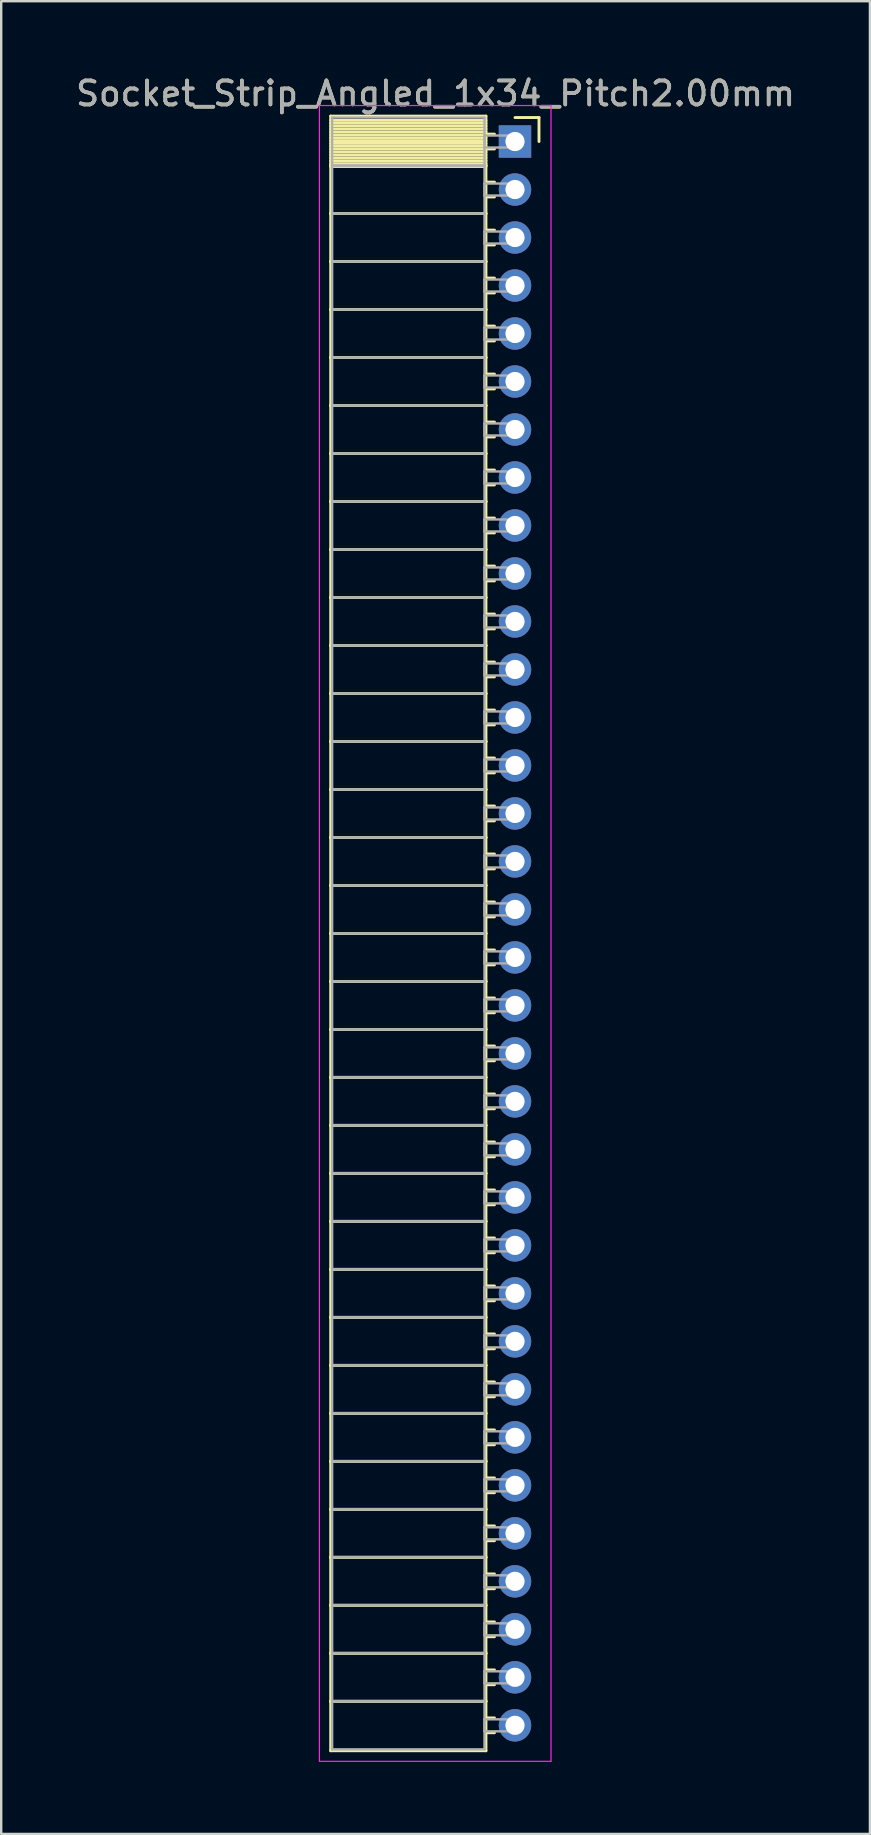
<source format=kicad_pcb>
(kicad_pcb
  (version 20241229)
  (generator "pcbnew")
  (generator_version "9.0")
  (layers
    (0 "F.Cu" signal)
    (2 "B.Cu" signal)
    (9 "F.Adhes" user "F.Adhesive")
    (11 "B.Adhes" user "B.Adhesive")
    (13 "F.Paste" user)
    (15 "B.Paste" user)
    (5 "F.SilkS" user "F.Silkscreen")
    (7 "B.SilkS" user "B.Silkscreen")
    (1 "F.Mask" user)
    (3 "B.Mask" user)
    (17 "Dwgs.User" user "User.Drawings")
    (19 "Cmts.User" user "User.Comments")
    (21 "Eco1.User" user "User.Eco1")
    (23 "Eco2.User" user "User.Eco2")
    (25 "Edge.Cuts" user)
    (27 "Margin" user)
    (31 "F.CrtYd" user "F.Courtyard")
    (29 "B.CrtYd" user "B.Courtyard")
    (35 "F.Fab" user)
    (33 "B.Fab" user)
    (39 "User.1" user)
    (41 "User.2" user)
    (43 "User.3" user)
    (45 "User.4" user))
  (footprint "Socket_Strip_Angled_1x34_Pitch2.00mm"
    (layer "F.Cu")
    (at 18.411 2.848)
    (property "Reference" "Socket_Strip_Angled_1x34_Pitch2.00mm" (at -3.31 -2 0) (layer "F.SilkS") (effects (font (size 1 1) (thickness 0.15))))
    (attr through_hole)
    (fp_line (start -7.68 -1.06) (end -1.21 -1.06) (stroke (width 0.12) (type solid)) (layer "F.SilkS"))
    (fp_line (start -7.68 1) (end -7.68 -1.06) (stroke (width 0.12) (type solid)) (layer "F.SilkS"))
    (fp_line (start -7.68 1) (end -1.21 1) (stroke (width 0.12) (type solid)) (layer "F.SilkS"))
    (fp_line (start -7.68 3) (end -7.68 1) (stroke (width 0.12) (type solid)) (layer "F.SilkS"))
    (fp_line (start -7.68 3) (end -1.21 3) (stroke (width 0.12) (type solid)) (layer "F.SilkS"))
    (fp_line (start -7.68 5) (end -7.68 3) (stroke (width 0.12) (type solid)) (layer "F.SilkS"))
    (fp_line (start -7.68 5) (end -1.21 5) (stroke (width 0.12) (type solid)) (layer "F.SilkS"))
    (fp_line (start -7.68 7) (end -7.68 5) (stroke (width 0.12) (type solid)) (layer "F.SilkS"))
    (fp_line (start -7.68 7) (end -1.21 7) (stroke (width 0.12) (type solid)) (layer "F.SilkS"))
    (fp_line (start -7.68 9) (end -7.68 7) (stroke (width 0.12) (type solid)) (layer "F.SilkS"))
    (fp_line (start -7.68 9) (end -1.21 9) (stroke (width 0.12) (type solid)) (layer "F.SilkS"))
    (fp_line (start -7.68 11) (end -7.68 9) (stroke (width 0.12) (type solid)) (layer "F.SilkS"))
    (fp_line (start -7.68 11) (end -1.21 11) (stroke (width 0.12) (type solid)) (layer "F.SilkS"))
    (fp_line (start -7.68 13) (end -7.68 11) (stroke (width 0.12) (type solid)) (layer "F.SilkS"))
    (fp_line (start -7.68 13) (end -1.21 13) (stroke (width 0.12) (type solid)) (layer "F.SilkS"))
    (fp_line (start -7.68 15) (end -7.68 13) (stroke (width 0.12) (type solid)) (layer "F.SilkS"))
    (fp_line (start -7.68 15) (end -1.21 15) (stroke (width 0.12) (type solid)) (layer "F.SilkS"))
    (fp_line (start -7.68 17) (end -7.68 15) (stroke (width 0.12) (type solid)) (layer "F.SilkS"))
    (fp_line (start -7.68 17) (end -1.21 17) (stroke (width 0.12) (type solid)) (layer "F.SilkS"))
    (fp_line (start -7.68 19) (end -7.68 17) (stroke (width 0.12) (type solid)) (layer "F.SilkS"))
    (fp_line (start -7.68 19) (end -1.21 19) (stroke (width 0.12) (type solid)) (layer "F.SilkS"))
    (fp_line (start -7.68 21) (end -7.68 19) (stroke (width 0.12) (type solid)) (layer "F.SilkS"))
    (fp_line (start -7.68 21) (end -1.21 21) (stroke (width 0.12) (type solid)) (layer "F.SilkS"))
    (fp_line (start -7.68 23) (end -7.68 21) (stroke (width 0.12) (type solid)) (layer "F.SilkS"))
    (fp_line (start -7.68 23) (end -1.21 23) (stroke (width 0.12) (type solid)) (layer "F.SilkS"))
    (fp_line (start -7.68 25) (end -7.68 23) (stroke (width 0.12) (type solid)) (layer "F.SilkS"))
    (fp_line (start -7.68 25) (end -1.21 25) (stroke (width 0.12) (type solid)) (layer "F.SilkS"))
    (fp_line (start -7.68 27) (end -7.68 25) (stroke (width 0.12) (type solid)) (layer "F.SilkS"))
    (fp_line (start -7.68 27) (end -1.21 27) (stroke (width 0.12) (type solid)) (layer "F.SilkS"))
    (fp_line (start -7.68 29) (end -7.68 27) (stroke (width 0.12) (type solid)) (layer "F.SilkS"))
    (fp_line (start -7.68 29) (end -1.21 29) (stroke (width 0.12) (type solid)) (layer "F.SilkS"))
    (fp_line (start -7.68 31) (end -7.68 29) (stroke (width 0.12) (type solid)) (layer "F.SilkS"))
    (fp_line (start -7.68 31) (end -1.21 31) (stroke (width 0.12) (type solid)) (layer "F.SilkS"))
    (fp_line (start -7.68 33) (end -7.68 31) (stroke (width 0.12) (type solid)) (layer "F.SilkS"))
    (fp_line (start -7.68 33) (end -1.21 33) (stroke (width 0.12) (type solid)) (layer "F.SilkS"))
    (fp_line (start -7.68 35) (end -7.68 33) (stroke (width 0.12) (type solid)) (layer "F.SilkS"))
    (fp_line (start -7.68 35) (end -1.21 35) (stroke (width 0.12) (type solid)) (layer "F.SilkS"))
    (fp_line (start -7.68 37) (end -7.68 35) (stroke (width 0.12) (type solid)) (layer "F.SilkS"))
    (fp_line (start -7.68 37) (end -1.21 37) (stroke (width 0.12) (type solid)) (layer "F.SilkS"))
    (fp_line (start -7.68 39) (end -7.68 37) (stroke (width 0.12) (type solid)) (layer "F.SilkS"))
    (fp_line (start -7.68 39) (end -1.21 39) (stroke (width 0.12) (type solid)) (layer "F.SilkS"))
    (fp_line (start -7.68 41) (end -7.68 39) (stroke (width 0.12) (type solid)) (layer "F.SilkS"))
    (fp_line (start -7.68 41) (end -1.21 41) (stroke (width 0.12) (type solid)) (layer "F.SilkS"))
    (fp_line (start -7.68 43) (end -7.68 41) (stroke (width 0.12) (type solid)) (layer "F.SilkS"))
    (fp_line (start -7.68 43) (end -1.21 43) (stroke (width 0.12) (type solid)) (layer "F.SilkS"))
    (fp_line (start -7.68 45) (end -7.68 43) (stroke (width 0.12) (type solid)) (layer "F.SilkS"))
    (fp_line (start -7.68 45) (end -1.21 45) (stroke (width 0.12) (type solid)) (layer "F.SilkS"))
    (fp_line (start -7.68 47) (end -7.68 45) (stroke (width 0.12) (type solid)) (layer "F.SilkS"))
    (fp_line (start -7.68 47) (end -1.21 47) (stroke (width 0.12) (type solid)) (layer "F.SilkS"))
    (fp_line (start -7.68 49) (end -7.68 47) (stroke (width 0.12) (type solid)) (layer "F.SilkS"))
    (fp_line (start -7.68 49) (end -1.21 49) (stroke (width 0.12) (type solid)) (layer "F.SilkS"))
    (fp_line (start -7.68 51) (end -7.68 49) (stroke (width 0.12) (type solid)) (layer "F.SilkS"))
    (fp_line (start -7.68 51) (end -1.21 51) (stroke (width 0.12) (type solid)) (layer "F.SilkS"))
    (fp_line (start -7.68 53) (end -7.68 51) (stroke (width 0.12) (type solid)) (layer "F.SilkS"))
    (fp_line (start -7.68 53) (end -1.21 53) (stroke (width 0.12) (type solid)) (layer "F.SilkS"))
    (fp_line (start -7.68 55) (end -7.68 53) (stroke (width 0.12) (type solid)) (layer "F.SilkS"))
    (fp_line (start -7.68 55) (end -1.21 55) (stroke (width 0.12) (type solid)) (layer "F.SilkS"))
    (fp_line (start -7.68 57) (end -7.68 55) (stroke (width 0.12) (type solid)) (layer "F.SilkS"))
    (fp_line (start -7.68 57) (end -1.21 57) (stroke (width 0.12) (type solid)) (layer "F.SilkS"))
    (fp_line (start -7.68 59) (end -7.68 57) (stroke (width 0.12) (type solid)) (layer "F.SilkS"))
    (fp_line (start -7.68 59) (end -1.21 59) (stroke (width 0.12) (type solid)) (layer "F.SilkS"))
    (fp_line (start -7.68 61) (end -7.68 59) (stroke (width 0.12) (type solid)) (layer "F.SilkS"))
    (fp_line (start -7.68 61) (end -1.21 61) (stroke (width 0.12) (type solid)) (layer "F.SilkS"))
    (fp_line (start -7.68 63) (end -7.68 61) (stroke (width 0.12) (type solid)) (layer "F.SilkS"))
    (fp_line (start -7.68 63) (end -1.21 63) (stroke (width 0.12) (type solid)) (layer "F.SilkS"))
    (fp_line (start -7.68 65) (end -7.68 63) (stroke (width 0.12) (type solid)) (layer "F.SilkS"))
    (fp_line (start -7.68 65) (end -1.21 65) (stroke (width 0.12) (type solid)) (layer "F.SilkS"))
    (fp_line (start -7.68 67.06) (end -7.68 65) (stroke (width 0.12) (type solid)) (layer "F.SilkS"))
    (fp_line (start -1.21 -1.06) (end -1.21 1) (stroke (width 0.12) (type solid)) (layer "F.SilkS"))
    (fp_line (start -1.21 -0.88) (end -7.68 -0.88) (stroke (width 0.12) (type solid)) (layer "F.SilkS"))
    (fp_line (start -1.21 -0.76) (end -7.68 -0.76) (stroke (width 0.12) (type solid)) (layer "F.SilkS"))
    (fp_line (start -1.21 -0.64) (end -7.68 -0.64) (stroke (width 0.12) (type solid)) (layer "F.SilkS"))
    (fp_line (start -1.21 -0.52) (end -7.68 -0.52) (stroke (width 0.12) (type solid)) (layer "F.SilkS"))
    (fp_line (start -1.21 -0.4) (end -7.68 -0.4) (stroke (width 0.12) (type solid)) (layer "F.SilkS"))
    (fp_line (start -1.21 -0.28) (end -7.68 -0.28) (stroke (width 0.12) (type solid)) (layer "F.SilkS"))
    (fp_line (start -1.21 -0.16) (end -7.68 -0.16) (stroke (width 0.12) (type solid)) (layer "F.SilkS"))
    (fp_line (start -1.21 -0.04) (end -7.68 -0.04) (stroke (width 0.12) (type solid)) (layer "F.SilkS"))
    (fp_line (start -1.21 0.08) (end -7.68 0.08) (stroke (width 0.12) (type solid)) (layer "F.SilkS"))
    (fp_line (start -1.21 0.2) (end -7.68 0.2) (stroke (width 0.12) (type solid)) (layer "F.SilkS"))
    (fp_line (start -1.21 0.32) (end -7.68 0.32) (stroke (width 0.12) (type solid)) (layer "F.SilkS"))
    (fp_line (start -1.21 0.44) (end -7.68 0.44) (stroke (width 0.12) (type solid)) (layer "F.SilkS"))
    (fp_line (start -1.21 0.56) (end -7.68 0.56) (stroke (width 0.12) (type solid)) (layer "F.SilkS"))
    (fp_line (start -1.21 0.68) (end -7.68 0.68) (stroke (width 0.12) (type solid)) (layer "F.SilkS"))
    (fp_line (start -1.21 0.8) (end -7.68 0.8) (stroke (width 0.12) (type solid)) (layer "F.SilkS"))
    (fp_line (start -1.21 0.92) (end -7.68 0.92) (stroke (width 0.12) (type solid)) (layer "F.SilkS"))
    (fp_line (start -1.21 1) (end -7.68 1) (stroke (width 0.12) (type solid)) (layer "F.SilkS"))
    (fp_line (start -1.21 1) (end -1.21 3) (stroke (width 0.12) (type solid)) (layer "F.SilkS"))
    (fp_line (start -1.21 1.04) (end -7.68 1.04) (stroke (width 0.12) (type solid)) (layer "F.SilkS"))
    (fp_line (start -1.21 3) (end -7.68 3) (stroke (width 0.12) (type solid)) (layer "F.SilkS"))
    (fp_line (start -1.21 3) (end -1.21 5) (stroke (width 0.12) (type solid)) (layer "F.SilkS"))
    (fp_line (start -1.21 5) (end -7.68 5) (stroke (width 0.12) (type solid)) (layer "F.SilkS"))
    (fp_line (start -1.21 5) (end -1.21 7) (stroke (width 0.12) (type solid)) (layer "F.SilkS"))
    (fp_line (start -1.21 7) (end -7.68 7) (stroke (width 0.12) (type solid)) (layer "F.SilkS"))
    (fp_line (start -1.21 7) (end -1.21 9) (stroke (width 0.12) (type solid)) (layer "F.SilkS"))
    (fp_line (start -1.21 9) (end -7.68 9) (stroke (width 0.12) (type solid)) (layer "F.SilkS"))
    (fp_line (start -1.21 9) (end -1.21 11) (stroke (width 0.12) (type solid)) (layer "F.SilkS"))
    (fp_line (start -1.21 11) (end -7.68 11) (stroke (width 0.12) (type solid)) (layer "F.SilkS"))
    (fp_line (start -1.21 11) (end -1.21 13) (stroke (width 0.12) (type solid)) (layer "F.SilkS"))
    (fp_line (start -1.21 13) (end -7.68 13) (stroke (width 0.12) (type solid)) (layer "F.SilkS"))
    (fp_line (start -1.21 13) (end -1.21 15) (stroke (width 0.12) (type solid)) (layer "F.SilkS"))
    (fp_line (start -1.21 15) (end -7.68 15) (stroke (width 0.12) (type solid)) (layer "F.SilkS"))
    (fp_line (start -1.21 15) (end -1.21 17) (stroke (width 0.12) (type solid)) (layer "F.SilkS"))
    (fp_line (start -1.21 17) (end -7.68 17) (stroke (width 0.12) (type solid)) (layer "F.SilkS"))
    (fp_line (start -1.21 17) (end -1.21 19) (stroke (width 0.12) (type solid)) (layer "F.SilkS"))
    (fp_line (start -1.21 19) (end -7.68 19) (stroke (width 0.12) (type solid)) (layer "F.SilkS"))
    (fp_line (start -1.21 19) (end -1.21 21) (stroke (width 0.12) (type solid)) (layer "F.SilkS"))
    (fp_line (start -1.21 21) (end -7.68 21) (stroke (width 0.12) (type solid)) (layer "F.SilkS"))
    (fp_line (start -1.21 21) (end -1.21 23) (stroke (width 0.12) (type solid)) (layer "F.SilkS"))
    (fp_line (start -1.21 23) (end -7.68 23) (stroke (width 0.12) (type solid)) (layer "F.SilkS"))
    (fp_line (start -1.21 23) (end -1.21 25) (stroke (width 0.12) (type solid)) (layer "F.SilkS"))
    (fp_line (start -1.21 25) (end -7.68 25) (stroke (width 0.12) (type solid)) (layer "F.SilkS"))
    (fp_line (start -1.21 25) (end -1.21 27) (stroke (width 0.12) (type solid)) (layer "F.SilkS"))
    (fp_line (start -1.21 27) (end -7.68 27) (stroke (width 0.12) (type solid)) (layer "F.SilkS"))
    (fp_line (start -1.21 27) (end -1.21 29) (stroke (width 0.12) (type solid)) (layer "F.SilkS"))
    (fp_line (start -1.21 29) (end -7.68 29) (stroke (width 0.12) (type solid)) (layer "F.SilkS"))
    (fp_line (start -1.21 29) (end -1.21 31) (stroke (width 0.12) (type solid)) (layer "F.SilkS"))
    (fp_line (start -1.21 31) (end -7.68 31) (stroke (width 0.12) (type solid)) (layer "F.SilkS"))
    (fp_line (start -1.21 31) (end -1.21 33) (stroke (width 0.12) (type solid)) (layer "F.SilkS"))
    (fp_line (start -1.21 33) (end -7.68 33) (stroke (width 0.12) (type solid)) (layer "F.SilkS"))
    (fp_line (start -1.21 33) (end -1.21 35) (stroke (width 0.12) (type solid)) (layer "F.SilkS"))
    (fp_line (start -1.21 35) (end -7.68 35) (stroke (width 0.12) (type solid)) (layer "F.SilkS"))
    (fp_line (start -1.21 35) (end -1.21 37) (stroke (width 0.12) (type solid)) (layer "F.SilkS"))
    (fp_line (start -1.21 37) (end -7.68 37) (stroke (width 0.12) (type solid)) (layer "F.SilkS"))
    (fp_line (start -1.21 37) (end -1.21 39) (stroke (width 0.12) (type solid)) (layer "F.SilkS"))
    (fp_line (start -1.21 39) (end -7.68 39) (stroke (width 0.12) (type solid)) (layer "F.SilkS"))
    (fp_line (start -1.21 39) (end -1.21 41) (stroke (width 0.12) (type solid)) (layer "F.SilkS"))
    (fp_line (start -1.21 41) (end -7.68 41) (stroke (width 0.12) (type solid)) (layer "F.SilkS"))
    (fp_line (start -1.21 41) (end -1.21 43) (stroke (width 0.12) (type solid)) (layer "F.SilkS"))
    (fp_line (start -1.21 43) (end -7.68 43) (stroke (width 0.12) (type solid)) (layer "F.SilkS"))
    (fp_line (start -1.21 43) (end -1.21 45) (stroke (width 0.12) (type solid)) (layer "F.SilkS"))
    (fp_line (start -1.21 45) (end -7.68 45) (stroke (width 0.12) (type solid)) (layer "F.SilkS"))
    (fp_line (start -1.21 45) (end -1.21 47) (stroke (width 0.12) (type solid)) (layer "F.SilkS"))
    (fp_line (start -1.21 47) (end -7.68 47) (stroke (width 0.12) (type solid)) (layer "F.SilkS"))
    (fp_line (start -1.21 47) (end -1.21 49) (stroke (width 0.12) (type solid)) (layer "F.SilkS"))
    (fp_line (start -1.21 49) (end -7.68 49) (stroke (width 0.12) (type solid)) (layer "F.SilkS"))
    (fp_line (start -1.21 49) (end -1.21 51) (stroke (width 0.12) (type solid)) (layer "F.SilkS"))
    (fp_line (start -1.21 51) (end -7.68 51) (stroke (width 0.12) (type solid)) (layer "F.SilkS"))
    (fp_line (start -1.21 51) (end -1.21 53) (stroke (width 0.12) (type solid)) (layer "F.SilkS"))
    (fp_line (start -1.21 53) (end -7.68 53) (stroke (width 0.12) (type solid)) (layer "F.SilkS"))
    (fp_line (start -1.21 53) (end -1.21 55) (stroke (width 0.12) (type solid)) (layer "F.SilkS"))
    (fp_line (start -1.21 55) (end -7.68 55) (stroke (width 0.12) (type solid)) (layer "F.SilkS"))
    (fp_line (start -1.21 55) (end -1.21 57) (stroke (width 0.12) (type solid)) (layer "F.SilkS"))
    (fp_line (start -1.21 57) (end -7.68 57) (stroke (width 0.12) (type solid)) (layer "F.SilkS"))
    (fp_line (start -1.21 57) (end -1.21 59) (stroke (width 0.12) (type solid)) (layer "F.SilkS"))
    (fp_line (start -1.21 59) (end -7.68 59) (stroke (width 0.12) (type solid)) (layer "F.SilkS"))
    (fp_line (start -1.21 59) (end -1.21 61) (stroke (width 0.12) (type solid)) (layer "F.SilkS"))
    (fp_line (start -1.21 61) (end -7.68 61) (stroke (width 0.12) (type solid)) (layer "F.SilkS"))
    (fp_line (start -1.21 61) (end -1.21 63) (stroke (width 0.12) (type solid)) (layer "F.SilkS"))
    (fp_line (start -1.21 63) (end -7.68 63) (stroke (width 0.12) (type solid)) (layer "F.SilkS"))
    (fp_line (start -1.21 63) (end -1.21 65) (stroke (width 0.12) (type solid)) (layer "F.SilkS"))
    (fp_line (start -1.21 65) (end -7.68 65) (stroke (width 0.12) (type solid)) (layer "F.SilkS"))
    (fp_line (start -1.21 65) (end -1.21 67.06) (stroke (width 0.12) (type solid)) (layer "F.SilkS"))
    (fp_line (start -1.21 67.06) (end -7.68 67.06) (stroke (width 0.12) (type solid)) (layer "F.SilkS"))
    (fp_line (start -0.855 -0.31) (end -1.21 -0.31) (stroke (width 0.12) (type solid)) (layer "F.SilkS"))
    (fp_line (start -0.855 0.31) (end -1.21 0.31) (stroke (width 0.12) (type solid)) (layer "F.SilkS"))
    (fp_line (start -0.855 1.69) (end -1.21 1.69) (stroke (width 0.12) (type solid)) (layer "F.SilkS"))
    (fp_line (start -0.855 2.31) (end -1.21 2.31) (stroke (width 0.12) (type solid)) (layer "F.SilkS"))
    (fp_line (start -0.855 3.69) (end -1.21 3.69) (stroke (width 0.12) (type solid)) (layer "F.SilkS"))
    (fp_line (start -0.855 4.31) (end -1.21 4.31) (stroke (width 0.12) (type solid)) (layer "F.SilkS"))
    (fp_line (start -0.855 5.69) (end -1.21 5.69) (stroke (width 0.12) (type solid)) (layer "F.SilkS"))
    (fp_line (start -0.855 6.31) (end -1.21 6.31) (stroke (width 0.12) (type solid)) (layer "F.SilkS"))
    (fp_line (start -0.855 7.69) (end -1.21 7.69) (stroke (width 0.12) (type solid)) (layer "F.SilkS"))
    (fp_line (start -0.855 8.31) (end -1.21 8.31) (stroke (width 0.12) (type solid)) (layer "F.SilkS"))
    (fp_line (start -0.855 9.69) (end -1.21 9.69) (stroke (width 0.12) (type solid)) (layer "F.SilkS"))
    (fp_line (start -0.855 10.31) (end -1.21 10.31) (stroke (width 0.12) (type solid)) (layer "F.SilkS"))
    (fp_line (start -0.855 11.69) (end -1.21 11.69) (stroke (width 0.12) (type solid)) (layer "F.SilkS"))
    (fp_line (start -0.855 12.31) (end -1.21 12.31) (stroke (width 0.12) (type solid)) (layer "F.SilkS"))
    (fp_line (start -0.855 13.69) (end -1.21 13.69) (stroke (width 0.12) (type solid)) (layer "F.SilkS"))
    (fp_line (start -0.855 14.31) (end -1.21 14.31) (stroke (width 0.12) (type solid)) (layer "F.SilkS"))
    (fp_line (start -0.855 15.69) (end -1.21 15.69) (stroke (width 0.12) (type solid)) (layer "F.SilkS"))
    (fp_line (start -0.855 16.31) (end -1.21 16.31) (stroke (width 0.12) (type solid)) (layer "F.SilkS"))
    (fp_line (start -0.855 17.69) (end -1.21 17.69) (stroke (width 0.12) (type solid)) (layer "F.SilkS"))
    (fp_line (start -0.855 18.31) (end -1.21 18.31) (stroke (width 0.12) (type solid)) (layer "F.SilkS"))
    (fp_line (start -0.855 19.69) (end -1.21 19.69) (stroke (width 0.12) (type solid)) (layer "F.SilkS"))
    (fp_line (start -0.855 20.31) (end -1.21 20.31) (stroke (width 0.12) (type solid)) (layer "F.SilkS"))
    (fp_line (start -0.855 21.69) (end -1.21 21.69) (stroke (width 0.12) (type solid)) (layer "F.SilkS"))
    (fp_line (start -0.855 22.31) (end -1.21 22.31) (stroke (width 0.12) (type solid)) (layer "F.SilkS"))
    (fp_line (start -0.855 23.69) (end -1.21 23.69) (stroke (width 0.12) (type solid)) (layer "F.SilkS"))
    (fp_line (start -0.855 24.31) (end -1.21 24.31) (stroke (width 0.12) (type solid)) (layer "F.SilkS"))
    (fp_line (start -0.855 25.69) (end -1.21 25.69) (stroke (width 0.12) (type solid)) (layer "F.SilkS"))
    (fp_line (start -0.855 26.31) (end -1.21 26.31) (stroke (width 0.12) (type solid)) (layer "F.SilkS"))
    (fp_line (start -0.855 27.69) (end -1.21 27.69) (stroke (width 0.12) (type solid)) (layer "F.SilkS"))
    (fp_line (start -0.855 28.31) (end -1.21 28.31) (stroke (width 0.12) (type solid)) (layer "F.SilkS"))
    (fp_line (start -0.855 29.69) (end -1.21 29.69) (stroke (width 0.12) (type solid)) (layer "F.SilkS"))
    (fp_line (start -0.855 30.31) (end -1.21 30.31) (stroke (width 0.12) (type solid)) (layer "F.SilkS"))
    (fp_line (start -0.855 31.69) (end -1.21 31.69) (stroke (width 0.12) (type solid)) (layer "F.SilkS"))
    (fp_line (start -0.855 32.31) (end -1.21 32.31) (stroke (width 0.12) (type solid)) (layer "F.SilkS"))
    (fp_line (start -0.855 33.69) (end -1.21 33.69) (stroke (width 0.12) (type solid)) (layer "F.SilkS"))
    (fp_line (start -0.855 34.31) (end -1.21 34.31) (stroke (width 0.12) (type solid)) (layer "F.SilkS"))
    (fp_line (start -0.855 35.69) (end -1.21 35.69) (stroke (width 0.12) (type solid)) (layer "F.SilkS"))
    (fp_line (start -0.855 36.31) (end -1.21 36.31) (stroke (width 0.12) (type solid)) (layer "F.SilkS"))
    (fp_line (start -0.855 37.69) (end -1.21 37.69) (stroke (width 0.12) (type solid)) (layer "F.SilkS"))
    (fp_line (start -0.855 38.31) (end -1.21 38.31) (stroke (width 0.12) (type solid)) (layer "F.SilkS"))
    (fp_line (start -0.855 39.69) (end -1.21 39.69) (stroke (width 0.12) (type solid)) (layer "F.SilkS"))
    (fp_line (start -0.855 40.31) (end -1.21 40.31) (stroke (width 0.12) (type solid)) (layer "F.SilkS"))
    (fp_line (start -0.855 41.69) (end -1.21 41.69) (stroke (width 0.12) (type solid)) (layer "F.SilkS"))
    (fp_line (start -0.855 42.31) (end -1.21 42.31) (stroke (width 0.12) (type solid)) (layer "F.SilkS"))
    (fp_line (start -0.855 43.69) (end -1.21 43.69) (stroke (width 0.12) (type solid)) (layer "F.SilkS"))
    (fp_line (start -0.855 44.31) (end -1.21 44.31) (stroke (width 0.12) (type solid)) (layer "F.SilkS"))
    (fp_line (start -0.855 45.69) (end -1.21 45.69) (stroke (width 0.12) (type solid)) (layer "F.SilkS"))
    (fp_line (start -0.855 46.31) (end -1.21 46.31) (stroke (width 0.12) (type solid)) (layer "F.SilkS"))
    (fp_line (start -0.855 47.69) (end -1.21 47.69) (stroke (width 0.12) (type solid)) (layer "F.SilkS"))
    (fp_line (start -0.855 48.31) (end -1.21 48.31) (stroke (width 0.12) (type solid)) (layer "F.SilkS"))
    (fp_line (start -0.855 49.69) (end -1.21 49.69) (stroke (width 0.12) (type solid)) (layer "F.SilkS"))
    (fp_line (start -0.855 50.31) (end -1.21 50.31) (stroke (width 0.12) (type solid)) (layer "F.SilkS"))
    (fp_line (start -0.855 51.69) (end -1.21 51.69) (stroke (width 0.12) (type solid)) (layer "F.SilkS"))
    (fp_line (start -0.855 52.31) (end -1.21 52.31) (stroke (width 0.12) (type solid)) (layer "F.SilkS"))
    (fp_line (start -0.855 53.69) (end -1.21 53.69) (stroke (width 0.12) (type solid)) (layer "F.SilkS"))
    (fp_line (start -0.855 54.31) (end -1.21 54.31) (stroke (width 0.12) (type solid)) (layer "F.SilkS"))
    (fp_line (start -0.855 55.69) (end -1.21 55.69) (stroke (width 0.12) (type solid)) (layer "F.SilkS"))
    (fp_line (start -0.855 56.31) (end -1.21 56.31) (stroke (width 0.12) (type solid)) (layer "F.SilkS"))
    (fp_line (start -0.855 57.69) (end -1.21 57.69) (stroke (width 0.12) (type solid)) (layer "F.SilkS"))
    (fp_line (start -0.855 58.31) (end -1.21 58.31) (stroke (width 0.12) (type solid)) (layer "F.SilkS"))
    (fp_line (start -0.855 59.69) (end -1.21 59.69) (stroke (width 0.12) (type solid)) (layer "F.SilkS"))
    (fp_line (start -0.855 60.31) (end -1.21 60.31) (stroke (width 0.12) (type solid)) (layer "F.SilkS"))
    (fp_line (start -0.855 61.69) (end -1.21 61.69) (stroke (width 0.12) (type solid)) (layer "F.SilkS"))
    (fp_line (start -0.855 62.31) (end -1.21 62.31) (stroke (width 0.12) (type solid)) (layer "F.SilkS"))
    (fp_line (start -0.855 63.69) (end -1.21 63.69) (stroke (width 0.12) (type solid)) (layer "F.SilkS"))
    (fp_line (start -0.855 64.31) (end -1.21 64.31) (stroke (width 0.12) (type solid)) (layer "F.SilkS"))
    (fp_line (start -0.855 65.69) (end -1.21 65.69) (stroke (width 0.12) (type solid)) (layer "F.SilkS"))
    (fp_line (start -0.855 66.31) (end -1.21 66.31) (stroke (width 0.12) (type solid)) (layer "F.SilkS"))
    (fp_line (start 0 -1) (end 1 -1) (stroke (width 0.12) (type solid)) (layer "F.SilkS"))
    (fp_line (start 1 -1) (end 1 0) (stroke (width 0.12) (type solid)) (layer "F.SilkS"))
    (fp_line (start -8.15 -1.5) (end 1.5 -1.5) (stroke (width 0.05) (type solid)) (layer "F.CrtYd"))
    (fp_line (start -8.15 67.5) (end -8.15 -1.5) (stroke (width 0.05) (type solid)) (layer "F.CrtYd"))
    (fp_line (start 1.5 -1.5) (end 1.5 67.5) (stroke (width 0.05) (type solid)) (layer "F.CrtYd"))
    (fp_line (start 1.5 67.5) (end -8.15 67.5) (stroke (width 0.05) (type solid)) (layer "F.CrtYd"))
    (fp_line (start -7.62 -1) (end -1.27 -1) (stroke (width 0.1) (type solid)) (layer "F.Fab"))
    (fp_line (start -7.62 1) (end -7.62 -1) (stroke (width 0.1) (type solid)) (layer "F.Fab"))
    (fp_line (start -7.62 1) (end -1.27 1) (stroke (width 0.1) (type solid)) (layer "F.Fab"))
    (fp_line (start -7.62 3) (end -7.62 1) (stroke (width 0.1) (type solid)) (layer "F.Fab"))
    (fp_line (start -7.62 3) (end -1.27 3) (stroke (width 0.1) (type solid)) (layer "F.Fab"))
    (fp_line (start -7.62 5) (end -7.62 3) (stroke (width 0.1) (type solid)) (layer "F.Fab"))
    (fp_line (start -7.62 5) (end -1.27 5) (stroke (width 0.1) (type solid)) (layer "F.Fab"))
    (fp_line (start -7.62 7) (end -7.62 5) (stroke (width 0.1) (type solid)) (layer "F.Fab"))
    (fp_line (start -7.62 7) (end -1.27 7) (stroke (width 0.1) (type solid)) (layer "F.Fab"))
    (fp_line (start -7.62 9) (end -7.62 7) (stroke (width 0.1) (type solid)) (layer "F.Fab"))
    (fp_line (start -7.62 9) (end -1.27 9) (stroke (width 0.1) (type solid)) (layer "F.Fab"))
    (fp_line (start -7.62 11) (end -7.62 9) (stroke (width 0.1) (type solid)) (layer "F.Fab"))
    (fp_line (start -7.62 11) (end -1.27 11) (stroke (width 0.1) (type solid)) (layer "F.Fab"))
    (fp_line (start -7.62 13) (end -7.62 11) (stroke (width 0.1) (type solid)) (layer "F.Fab"))
    (fp_line (start -7.62 13) (end -1.27 13) (stroke (width 0.1) (type solid)) (layer "F.Fab"))
    (fp_line (start -7.62 15) (end -7.62 13) (stroke (width 0.1) (type solid)) (layer "F.Fab"))
    (fp_line (start -7.62 15) (end -1.27 15) (stroke (width 0.1) (type solid)) (layer "F.Fab"))
    (fp_line (start -7.62 17) (end -7.62 15) (stroke (width 0.1) (type solid)) (layer "F.Fab"))
    (fp_line (start -7.62 17) (end -1.27 17) (stroke (width 0.1) (type solid)) (layer "F.Fab"))
    (fp_line (start -7.62 19) (end -7.62 17) (stroke (width 0.1) (type solid)) (layer "F.Fab"))
    (fp_line (start -7.62 19) (end -1.27 19) (stroke (width 0.1) (type solid)) (layer "F.Fab"))
    (fp_line (start -7.62 21) (end -7.62 19) (stroke (width 0.1) (type solid)) (layer "F.Fab"))
    (fp_line (start -7.62 21) (end -1.27 21) (stroke (width 0.1) (type solid)) (layer "F.Fab"))
    (fp_line (start -7.62 23) (end -7.62 21) (stroke (width 0.1) (type solid)) (layer "F.Fab"))
    (fp_line (start -7.62 23) (end -1.27 23) (stroke (width 0.1) (type solid)) (layer "F.Fab"))
    (fp_line (start -7.62 25) (end -7.62 23) (stroke (width 0.1) (type solid)) (layer "F.Fab"))
    (fp_line (start -7.62 25) (end -1.27 25) (stroke (width 0.1) (type solid)) (layer "F.Fab"))
    (fp_line (start -7.62 27) (end -7.62 25) (stroke (width 0.1) (type solid)) (layer "F.Fab"))
    (fp_line (start -7.62 27) (end -1.27 27) (stroke (width 0.1) (type solid)) (layer "F.Fab"))
    (fp_line (start -7.62 29) (end -7.62 27) (stroke (width 0.1) (type solid)) (layer "F.Fab"))
    (fp_line (start -7.62 29) (end -1.27 29) (stroke (width 0.1) (type solid)) (layer "F.Fab"))
    (fp_line (start -7.62 31) (end -7.62 29) (stroke (width 0.1) (type solid)) (layer "F.Fab"))
    (fp_line (start -7.62 31) (end -1.27 31) (stroke (width 0.1) (type solid)) (layer "F.Fab"))
    (fp_line (start -7.62 33) (end -7.62 31) (stroke (width 0.1) (type solid)) (layer "F.Fab"))
    (fp_line (start -7.62 33) (end -1.27 33) (stroke (width 0.1) (type solid)) (layer "F.Fab"))
    (fp_line (start -7.62 35) (end -7.62 33) (stroke (width 0.1) (type solid)) (layer "F.Fab"))
    (fp_line (start -7.62 35) (end -1.27 35) (stroke (width 0.1) (type solid)) (layer "F.Fab"))
    (fp_line (start -7.62 37) (end -7.62 35) (stroke (width 0.1) (type solid)) (layer "F.Fab"))
    (fp_line (start -7.62 37) (end -1.27 37) (stroke (width 0.1) (type solid)) (layer "F.Fab"))
    (fp_line (start -7.62 39) (end -7.62 37) (stroke (width 0.1) (type solid)) (layer "F.Fab"))
    (fp_line (start -7.62 39) (end -1.27 39) (stroke (width 0.1) (type solid)) (layer "F.Fab"))
    (fp_line (start -7.62 41) (end -7.62 39) (stroke (width 0.1) (type solid)) (layer "F.Fab"))
    (fp_line (start -7.62 41) (end -1.27 41) (stroke (width 0.1) (type solid)) (layer "F.Fab"))
    (fp_line (start -7.62 43) (end -7.62 41) (stroke (width 0.1) (type solid)) (layer "F.Fab"))
    (fp_line (start -7.62 43) (end -1.27 43) (stroke (width 0.1) (type solid)) (layer "F.Fab"))
    (fp_line (start -7.62 45) (end -7.62 43) (stroke (width 0.1) (type solid)) (layer "F.Fab"))
    (fp_line (start -7.62 45) (end -1.27 45) (stroke (width 0.1) (type solid)) (layer "F.Fab"))
    (fp_line (start -7.62 47) (end -7.62 45) (stroke (width 0.1) (type solid)) (layer "F.Fab"))
    (fp_line (start -7.62 47) (end -1.27 47) (stroke (width 0.1) (type solid)) (layer "F.Fab"))
    (fp_line (start -7.62 49) (end -7.62 47) (stroke (width 0.1) (type solid)) (layer "F.Fab"))
    (fp_line (start -7.62 49) (end -1.27 49) (stroke (width 0.1) (type solid)) (layer "F.Fab"))
    (fp_line (start -7.62 51) (end -7.62 49) (stroke (width 0.1) (type solid)) (layer "F.Fab"))
    (fp_line (start -7.62 51) (end -1.27 51) (stroke (width 0.1) (type solid)) (layer "F.Fab"))
    (fp_line (start -7.62 53) (end -7.62 51) (stroke (width 0.1) (type solid)) (layer "F.Fab"))
    (fp_line (start -7.62 53) (end -1.27 53) (stroke (width 0.1) (type solid)) (layer "F.Fab"))
    (fp_line (start -7.62 55) (end -7.62 53) (stroke (width 0.1) (type solid)) (layer "F.Fab"))
    (fp_line (start -7.62 55) (end -1.27 55) (stroke (width 0.1) (type solid)) (layer "F.Fab"))
    (fp_line (start -7.62 57) (end -7.62 55) (stroke (width 0.1) (type solid)) (layer "F.Fab"))
    (fp_line (start -7.62 57) (end -1.27 57) (stroke (width 0.1) (type solid)) (layer "F.Fab"))
    (fp_line (start -7.62 59) (end -7.62 57) (stroke (width 0.1) (type solid)) (layer "F.Fab"))
    (fp_line (start -7.62 59) (end -1.27 59) (stroke (width 0.1) (type solid)) (layer "F.Fab"))
    (fp_line (start -7.62 61) (end -7.62 59) (stroke (width 0.1) (type solid)) (layer "F.Fab"))
    (fp_line (start -7.62 61) (end -1.27 61) (stroke (width 0.1) (type solid)) (layer "F.Fab"))
    (fp_line (start -7.62 63) (end -7.62 61) (stroke (width 0.1) (type solid)) (layer "F.Fab"))
    (fp_line (start -7.62 63) (end -1.27 63) (stroke (width 0.1) (type solid)) (layer "F.Fab"))
    (fp_line (start -7.62 65) (end -7.62 63) (stroke (width 0.1) (type solid)) (layer "F.Fab"))
    (fp_line (start -7.62 65) (end -1.27 65) (stroke (width 0.1) (type solid)) (layer "F.Fab"))
    (fp_line (start -7.62 67) (end -7.62 65) (stroke (width 0.1) (type solid)) (layer "F.Fab"))
    (fp_line (start -1.27 -1) (end -1.27 1) (stroke (width 0.1) (type solid)) (layer "F.Fab"))
    (fp_line (start -1.27 -0.25) (end 0 -0.25) (stroke (width 0.1) (type solid)) (layer "F.Fab"))
    (fp_line (start -1.27 0.25) (end -1.27 -0.25) (stroke (width 0.1) (type solid)) (layer "F.Fab"))
    (fp_line (start -1.27 1) (end -7.62 1) (stroke (width 0.1) (type solid)) (layer "F.Fab"))
    (fp_line (start -1.27 1) (end -1.27 3) (stroke (width 0.1) (type solid)) (layer "F.Fab"))
    (fp_line (start -1.27 1.75) (end 0 1.75) (stroke (width 0.1) (type solid)) (layer "F.Fab"))
    (fp_line (start -1.27 2.25) (end -1.27 1.75) (stroke (width 0.1) (type solid)) (layer "F.Fab"))
    (fp_line (start -1.27 3) (end -7.62 3) (stroke (width 0.1) (type solid)) (layer "F.Fab"))
    (fp_line (start -1.27 3) (end -1.27 5) (stroke (width 0.1) (type solid)) (layer "F.Fab"))
    (fp_line (start -1.27 3.75) (end 0 3.75) (stroke (width 0.1) (type solid)) (layer "F.Fab"))
    (fp_line (start -1.27 4.25) (end -1.27 3.75) (stroke (width 0.1) (type solid)) (layer "F.Fab"))
    (fp_line (start -1.27 5) (end -7.62 5) (stroke (width 0.1) (type solid)) (layer "F.Fab"))
    (fp_line (start -1.27 5) (end -1.27 7) (stroke (width 0.1) (type solid)) (layer "F.Fab"))
    (fp_line (start -1.27 5.75) (end 0 5.75) (stroke (width 0.1) (type solid)) (layer "F.Fab"))
    (fp_line (start -1.27 6.25) (end -1.27 5.75) (stroke (width 0.1) (type solid)) (layer "F.Fab"))
    (fp_line (start -1.27 7) (end -7.62 7) (stroke (width 0.1) (type solid)) (layer "F.Fab"))
    (fp_line (start -1.27 7) (end -1.27 9) (stroke (width 0.1) (type solid)) (layer "F.Fab"))
    (fp_line (start -1.27 7.75) (end 0 7.75) (stroke (width 0.1) (type solid)) (layer "F.Fab"))
    (fp_line (start -1.27 8.25) (end -1.27 7.75) (stroke (width 0.1) (type solid)) (layer "F.Fab"))
    (fp_line (start -1.27 9) (end -7.62 9) (stroke (width 0.1) (type solid)) (layer "F.Fab"))
    (fp_line (start -1.27 9) (end -1.27 11) (stroke (width 0.1) (type solid)) (layer "F.Fab"))
    (fp_line (start -1.27 9.75) (end 0 9.75) (stroke (width 0.1) (type solid)) (layer "F.Fab"))
    (fp_line (start -1.27 10.25) (end -1.27 9.75) (stroke (width 0.1) (type solid)) (layer "F.Fab"))
    (fp_line (start -1.27 11) (end -7.62 11) (stroke (width 0.1) (type solid)) (layer "F.Fab"))
    (fp_line (start -1.27 11) (end -1.27 13) (stroke (width 0.1) (type solid)) (layer "F.Fab"))
    (fp_line (start -1.27 11.75) (end 0 11.75) (stroke (width 0.1) (type solid)) (layer "F.Fab"))
    (fp_line (start -1.27 12.25) (end -1.27 11.75) (stroke (width 0.1) (type solid)) (layer "F.Fab"))
    (fp_line (start -1.27 13) (end -7.62 13) (stroke (width 0.1) (type solid)) (layer "F.Fab"))
    (fp_line (start -1.27 13) (end -1.27 15) (stroke (width 0.1) (type solid)) (layer "F.Fab"))
    (fp_line (start -1.27 13.75) (end 0 13.75) (stroke (width 0.1) (type solid)) (layer "F.Fab"))
    (fp_line (start -1.27 14.25) (end -1.27 13.75) (stroke (width 0.1) (type solid)) (layer "F.Fab"))
    (fp_line (start -1.27 15) (end -7.62 15) (stroke (width 0.1) (type solid)) (layer "F.Fab"))
    (fp_line (start -1.27 15) (end -1.27 17) (stroke (width 0.1) (type solid)) (layer "F.Fab"))
    (fp_line (start -1.27 15.75) (end 0 15.75) (stroke (width 0.1) (type solid)) (layer "F.Fab"))
    (fp_line (start -1.27 16.25) (end -1.27 15.75) (stroke (width 0.1) (type solid)) (layer "F.Fab"))
    (fp_line (start -1.27 17) (end -7.62 17) (stroke (width 0.1) (type solid)) (layer "F.Fab"))
    (fp_line (start -1.27 17) (end -1.27 19) (stroke (width 0.1) (type solid)) (layer "F.Fab"))
    (fp_line (start -1.27 17.75) (end 0 17.75) (stroke (width 0.1) (type solid)) (layer "F.Fab"))
    (fp_line (start -1.27 18.25) (end -1.27 17.75) (stroke (width 0.1) (type solid)) (layer "F.Fab"))
    (fp_line (start -1.27 19) (end -7.62 19) (stroke (width 0.1) (type solid)) (layer "F.Fab"))
    (fp_line (start -1.27 19) (end -1.27 21) (stroke (width 0.1) (type solid)) (layer "F.Fab"))
    (fp_line (start -1.27 19.75) (end 0 19.75) (stroke (width 0.1) (type solid)) (layer "F.Fab"))
    (fp_line (start -1.27 20.25) (end -1.27 19.75) (stroke (width 0.1) (type solid)) (layer "F.Fab"))
    (fp_line (start -1.27 21) (end -7.62 21) (stroke (width 0.1) (type solid)) (layer "F.Fab"))
    (fp_line (start -1.27 21) (end -1.27 23) (stroke (width 0.1) (type solid)) (layer "F.Fab"))
    (fp_line (start -1.27 21.75) (end 0 21.75) (stroke (width 0.1) (type solid)) (layer "F.Fab"))
    (fp_line (start -1.27 22.25) (end -1.27 21.75) (stroke (width 0.1) (type solid)) (layer "F.Fab"))
    (fp_line (start -1.27 23) (end -7.62 23) (stroke (width 0.1) (type solid)) (layer "F.Fab"))
    (fp_line (start -1.27 23) (end -1.27 25) (stroke (width 0.1) (type solid)) (layer "F.Fab"))
    (fp_line (start -1.27 23.75) (end 0 23.75) (stroke (width 0.1) (type solid)) (layer "F.Fab"))
    (fp_line (start -1.27 24.25) (end -1.27 23.75) (stroke (width 0.1) (type solid)) (layer "F.Fab"))
    (fp_line (start -1.27 25) (end -7.62 25) (stroke (width 0.1) (type solid)) (layer "F.Fab"))
    (fp_line (start -1.27 25) (end -1.27 27) (stroke (width 0.1) (type solid)) (layer "F.Fab"))
    (fp_line (start -1.27 25.75) (end 0 25.75) (stroke (width 0.1) (type solid)) (layer "F.Fab"))
    (fp_line (start -1.27 26.25) (end -1.27 25.75) (stroke (width 0.1) (type solid)) (layer "F.Fab"))
    (fp_line (start -1.27 27) (end -7.62 27) (stroke (width 0.1) (type solid)) (layer "F.Fab"))
    (fp_line (start -1.27 27) (end -1.27 29) (stroke (width 0.1) (type solid)) (layer "F.Fab"))
    (fp_line (start -1.27 27.75) (end 0 27.75) (stroke (width 0.1) (type solid)) (layer "F.Fab"))
    (fp_line (start -1.27 28.25) (end -1.27 27.75) (stroke (width 0.1) (type solid)) (layer "F.Fab"))
    (fp_line (start -1.27 29) (end -7.62 29) (stroke (width 0.1) (type solid)) (layer "F.Fab"))
    (fp_line (start -1.27 29) (end -1.27 31) (stroke (width 0.1) (type solid)) (layer "F.Fab"))
    (fp_line (start -1.27 29.75) (end 0 29.75) (stroke (width 0.1) (type solid)) (layer "F.Fab"))
    (fp_line (start -1.27 30.25) (end -1.27 29.75) (stroke (width 0.1) (type solid)) (layer "F.Fab"))
    (fp_line (start -1.27 31) (end -7.62 31) (stroke (width 0.1) (type solid)) (layer "F.Fab"))
    (fp_line (start -1.27 31) (end -1.27 33) (stroke (width 0.1) (type solid)) (layer "F.Fab"))
    (fp_line (start -1.27 31.75) (end 0 31.75) (stroke (width 0.1) (type solid)) (layer "F.Fab"))
    (fp_line (start -1.27 32.25) (end -1.27 31.75) (stroke (width 0.1) (type solid)) (layer "F.Fab"))
    (fp_line (start -1.27 33) (end -7.62 33) (stroke (width 0.1) (type solid)) (layer "F.Fab"))
    (fp_line (start -1.27 33) (end -1.27 35) (stroke (width 0.1) (type solid)) (layer "F.Fab"))
    (fp_line (start -1.27 33.75) (end 0 33.75) (stroke (width 0.1) (type solid)) (layer "F.Fab"))
    (fp_line (start -1.27 34.25) (end -1.27 33.75) (stroke (width 0.1) (type solid)) (layer "F.Fab"))
    (fp_line (start -1.27 35) (end -7.62 35) (stroke (width 0.1) (type solid)) (layer "F.Fab"))
    (fp_line (start -1.27 35) (end -1.27 37) (stroke (width 0.1) (type solid)) (layer "F.Fab"))
    (fp_line (start -1.27 35.75) (end 0 35.75) (stroke (width 0.1) (type solid)) (layer "F.Fab"))
    (fp_line (start -1.27 36.25) (end -1.27 35.75) (stroke (width 0.1) (type solid)) (layer "F.Fab"))
    (fp_line (start -1.27 37) (end -7.62 37) (stroke (width 0.1) (type solid)) (layer "F.Fab"))
    (fp_line (start -1.27 37) (end -1.27 39) (stroke (width 0.1) (type solid)) (layer "F.Fab"))
    (fp_line (start -1.27 37.75) (end 0 37.75) (stroke (width 0.1) (type solid)) (layer "F.Fab"))
    (fp_line (start -1.27 38.25) (end -1.27 37.75) (stroke (width 0.1) (type solid)) (layer "F.Fab"))
    (fp_line (start -1.27 39) (end -7.62 39) (stroke (width 0.1) (type solid)) (layer "F.Fab"))
    (fp_line (start -1.27 39) (end -1.27 41) (stroke (width 0.1) (type solid)) (layer "F.Fab"))
    (fp_line (start -1.27 39.75) (end 0 39.75) (stroke (width 0.1) (type solid)) (layer "F.Fab"))
    (fp_line (start -1.27 40.25) (end -1.27 39.75) (stroke (width 0.1) (type solid)) (layer "F.Fab"))
    (fp_line (start -1.27 41) (end -7.62 41) (stroke (width 0.1) (type solid)) (layer "F.Fab"))
    (fp_line (start -1.27 41) (end -1.27 43) (stroke (width 0.1) (type solid)) (layer "F.Fab"))
    (fp_line (start -1.27 41.75) (end 0 41.75) (stroke (width 0.1) (type solid)) (layer "F.Fab"))
    (fp_line (start -1.27 42.25) (end -1.27 41.75) (stroke (width 0.1) (type solid)) (layer "F.Fab"))
    (fp_line (start -1.27 43) (end -7.62 43) (stroke (width 0.1) (type solid)) (layer "F.Fab"))
    (fp_line (start -1.27 43) (end -1.27 45) (stroke (width 0.1) (type solid)) (layer "F.Fab"))
    (fp_line (start -1.27 43.75) (end 0 43.75) (stroke (width 0.1) (type solid)) (layer "F.Fab"))
    (fp_line (start -1.27 44.25) (end -1.27 43.75) (stroke (width 0.1) (type solid)) (layer "F.Fab"))
    (fp_line (start -1.27 45) (end -7.62 45) (stroke (width 0.1) (type solid)) (layer "F.Fab"))
    (fp_line (start -1.27 45) (end -1.27 47) (stroke (width 0.1) (type solid)) (layer "F.Fab"))
    (fp_line (start -1.27 45.75) (end 0 45.75) (stroke (width 0.1) (type solid)) (layer "F.Fab"))
    (fp_line (start -1.27 46.25) (end -1.27 45.75) (stroke (width 0.1) (type solid)) (layer "F.Fab"))
    (fp_line (start -1.27 47) (end -7.62 47) (stroke (width 0.1) (type solid)) (layer "F.Fab"))
    (fp_line (start -1.27 47) (end -1.27 49) (stroke (width 0.1) (type solid)) (layer "F.Fab"))
    (fp_line (start -1.27 47.75) (end 0 47.75) (stroke (width 0.1) (type solid)) (layer "F.Fab"))
    (fp_line (start -1.27 48.25) (end -1.27 47.75) (stroke (width 0.1) (type solid)) (layer "F.Fab"))
    (fp_line (start -1.27 49) (end -7.62 49) (stroke (width 0.1) (type solid)) (layer "F.Fab"))
    (fp_line (start -1.27 49) (end -1.27 51) (stroke (width 0.1) (type solid)) (layer "F.Fab"))
    (fp_line (start -1.27 49.75) (end 0 49.75) (stroke (width 0.1) (type solid)) (layer "F.Fab"))
    (fp_line (start -1.27 50.25) (end -1.27 49.75) (stroke (width 0.1) (type solid)) (layer "F.Fab"))
    (fp_line (start -1.27 51) (end -7.62 51) (stroke (width 0.1) (type solid)) (layer "F.Fab"))
    (fp_line (start -1.27 51) (end -1.27 53) (stroke (width 0.1) (type solid)) (layer "F.Fab"))
    (fp_line (start -1.27 51.75) (end 0 51.75) (stroke (width 0.1) (type solid)) (layer "F.Fab"))
    (fp_line (start -1.27 52.25) (end -1.27 51.75) (stroke (width 0.1) (type solid)) (layer "F.Fab"))
    (fp_line (start -1.27 53) (end -7.62 53) (stroke (width 0.1) (type solid)) (layer "F.Fab"))
    (fp_line (start -1.27 53) (end -1.27 55) (stroke (width 0.1) (type solid)) (layer "F.Fab"))
    (fp_line (start -1.27 53.75) (end 0 53.75) (stroke (width 0.1) (type solid)) (layer "F.Fab"))
    (fp_line (start -1.27 54.25) (end -1.27 53.75) (stroke (width 0.1) (type solid)) (layer "F.Fab"))
    (fp_line (start -1.27 55) (end -7.62 55) (stroke (width 0.1) (type solid)) (layer "F.Fab"))
    (fp_line (start -1.27 55) (end -1.27 57) (stroke (width 0.1) (type solid)) (layer "F.Fab"))
    (fp_line (start -1.27 55.75) (end 0 55.75) (stroke (width 0.1) (type solid)) (layer "F.Fab"))
    (fp_line (start -1.27 56.25) (end -1.27 55.75) (stroke (width 0.1) (type solid)) (layer "F.Fab"))
    (fp_line (start -1.27 57) (end -7.62 57) (stroke (width 0.1) (type solid)) (layer "F.Fab"))
    (fp_line (start -1.27 57) (end -1.27 59) (stroke (width 0.1) (type solid)) (layer "F.Fab"))
    (fp_line (start -1.27 57.75) (end 0 57.75) (stroke (width 0.1) (type solid)) (layer "F.Fab"))
    (fp_line (start -1.27 58.25) (end -1.27 57.75) (stroke (width 0.1) (type solid)) (layer "F.Fab"))
    (fp_line (start -1.27 59) (end -7.62 59) (stroke (width 0.1) (type solid)) (layer "F.Fab"))
    (fp_line (start -1.27 59) (end -1.27 61) (stroke (width 0.1) (type solid)) (layer "F.Fab"))
    (fp_line (start -1.27 59.75) (end 0 59.75) (stroke (width 0.1) (type solid)) (layer "F.Fab"))
    (fp_line (start -1.27 60.25) (end -1.27 59.75) (stroke (width 0.1) (type solid)) (layer "F.Fab"))
    (fp_line (start -1.27 61) (end -7.62 61) (stroke (width 0.1) (type solid)) (layer "F.Fab"))
    (fp_line (start -1.27 61) (end -1.27 63) (stroke (width 0.1) (type solid)) (layer "F.Fab"))
    (fp_line (start -1.27 61.75) (end 0 61.75) (stroke (width 0.1) (type solid)) (layer "F.Fab"))
    (fp_line (start -1.27 62.25) (end -1.27 61.75) (stroke (width 0.1) (type solid)) (layer "F.Fab"))
    (fp_line (start -1.27 63) (end -7.62 63) (stroke (width 0.1) (type solid)) (layer "F.Fab"))
    (fp_line (start -1.27 63) (end -1.27 65) (stroke (width 0.1) (type solid)) (layer "F.Fab"))
    (fp_line (start -1.27 63.75) (end 0 63.75) (stroke (width 0.1) (type solid)) (layer "F.Fab"))
    (fp_line (start -1.27 64.25) (end -1.27 63.75) (stroke (width 0.1) (type solid)) (layer "F.Fab"))
    (fp_line (start -1.27 65) (end -7.62 65) (stroke (width 0.1) (type solid)) (layer "F.Fab"))
    (fp_line (start -1.27 65) (end -1.27 67) (stroke (width 0.1) (type solid)) (layer "F.Fab"))
    (fp_line (start -1.27 65.75) (end 0 65.75) (stroke (width 0.1) (type solid)) (layer "F.Fab"))
    (fp_line (start -1.27 66.25) (end -1.27 65.75) (stroke (width 0.1) (type solid)) (layer "F.Fab"))
    (fp_line (start -1.27 67) (end -7.62 67) (stroke (width 0.1) (type solid)) (layer "F.Fab"))
    (fp_line (start 0 -0.25) (end 0 0.25) (stroke (width 0.1) (type solid)) (layer "F.Fab"))
    (fp_line (start 0 0.25) (end -1.27 0.25) (stroke (width 0.1) (type solid)) (layer "F.Fab"))
    (fp_line (start 0 1.75) (end 0 2.25) (stroke (width 0.1) (type solid)) (layer "F.Fab"))
    (fp_line (start 0 2.25) (end -1.27 2.25) (stroke (width 0.1) (type solid)) (layer "F.Fab"))
    (fp_line (start 0 3.75) (end 0 4.25) (stroke (width 0.1) (type solid)) (layer "F.Fab"))
    (fp_line (start 0 4.25) (end -1.27 4.25) (stroke (width 0.1) (type solid)) (layer "F.Fab"))
    (fp_line (start 0 5.75) (end 0 6.25) (stroke (width 0.1) (type solid)) (layer "F.Fab"))
    (fp_line (start 0 6.25) (end -1.27 6.25) (stroke (width 0.1) (type solid)) (layer "F.Fab"))
    (fp_line (start 0 7.75) (end 0 8.25) (stroke (width 0.1) (type solid)) (layer "F.Fab"))
    (fp_line (start 0 8.25) (end -1.27 8.25) (stroke (width 0.1) (type solid)) (layer "F.Fab"))
    (fp_line (start 0 9.75) (end 0 10.25) (stroke (width 0.1) (type solid)) (layer "F.Fab"))
    (fp_line (start 0 10.25) (end -1.27 10.25) (stroke (width 0.1) (type solid)) (layer "F.Fab"))
    (fp_line (start 0 11.75) (end 0 12.25) (stroke (width 0.1) (type solid)) (layer "F.Fab"))
    (fp_line (start 0 12.25) (end -1.27 12.25) (stroke (width 0.1) (type solid)) (layer "F.Fab"))
    (fp_line (start 0 13.75) (end 0 14.25) (stroke (width 0.1) (type solid)) (layer "F.Fab"))
    (fp_line (start 0 14.25) (end -1.27 14.25) (stroke (width 0.1) (type solid)) (layer "F.Fab"))
    (fp_line (start 0 15.75) (end 0 16.25) (stroke (width 0.1) (type solid)) (layer "F.Fab"))
    (fp_line (start 0 16.25) (end -1.27 16.25) (stroke (width 0.1) (type solid)) (layer "F.Fab"))
    (fp_line (start 0 17.75) (end 0 18.25) (stroke (width 0.1) (type solid)) (layer "F.Fab"))
    (fp_line (start 0 18.25) (end -1.27 18.25) (stroke (width 0.1) (type solid)) (layer "F.Fab"))
    (fp_line (start 0 19.75) (end 0 20.25) (stroke (width 0.1) (type solid)) (layer "F.Fab"))
    (fp_line (start 0 20.25) (end -1.27 20.25) (stroke (width 0.1) (type solid)) (layer "F.Fab"))
    (fp_line (start 0 21.75) (end 0 22.25) (stroke (width 0.1) (type solid)) (layer "F.Fab"))
    (fp_line (start 0 22.25) (end -1.27 22.25) (stroke (width 0.1) (type solid)) (layer "F.Fab"))
    (fp_line (start 0 23.75) (end 0 24.25) (stroke (width 0.1) (type solid)) (layer "F.Fab"))
    (fp_line (start 0 24.25) (end -1.27 24.25) (stroke (width 0.1) (type solid)) (layer "F.Fab"))
    (fp_line (start 0 25.75) (end 0 26.25) (stroke (width 0.1) (type solid)) (layer "F.Fab"))
    (fp_line (start 0 26.25) (end -1.27 26.25) (stroke (width 0.1) (type solid)) (layer "F.Fab"))
    (fp_line (start 0 27.75) (end 0 28.25) (stroke (width 0.1) (type solid)) (layer "F.Fab"))
    (fp_line (start 0 28.25) (end -1.27 28.25) (stroke (width 0.1) (type solid)) (layer "F.Fab"))
    (fp_line (start 0 29.75) (end 0 30.25) (stroke (width 0.1) (type solid)) (layer "F.Fab"))
    (fp_line (start 0 30.25) (end -1.27 30.25) (stroke (width 0.1) (type solid)) (layer "F.Fab"))
    (fp_line (start 0 31.75) (end 0 32.25) (stroke (width 0.1) (type solid)) (layer "F.Fab"))
    (fp_line (start 0 32.25) (end -1.27 32.25) (stroke (width 0.1) (type solid)) (layer "F.Fab"))
    (fp_line (start 0 33.75) (end 0 34.25) (stroke (width 0.1) (type solid)) (layer "F.Fab"))
    (fp_line (start 0 34.25) (end -1.27 34.25) (stroke (width 0.1) (type solid)) (layer "F.Fab"))
    (fp_line (start 0 35.75) (end 0 36.25) (stroke (width 0.1) (type solid)) (layer "F.Fab"))
    (fp_line (start 0 36.25) (end -1.27 36.25) (stroke (width 0.1) (type solid)) (layer "F.Fab"))
    (fp_line (start 0 37.75) (end 0 38.25) (stroke (width 0.1) (type solid)) (layer "F.Fab"))
    (fp_line (start 0 38.25) (end -1.27 38.25) (stroke (width 0.1) (type solid)) (layer "F.Fab"))
    (fp_line (start 0 39.75) (end 0 40.25) (stroke (width 0.1) (type solid)) (layer "F.Fab"))
    (fp_line (start 0 40.25) (end -1.27 40.25) (stroke (width 0.1) (type solid)) (layer "F.Fab"))
    (fp_line (start 0 41.75) (end 0 42.25) (stroke (width 0.1) (type solid)) (layer "F.Fab"))
    (fp_line (start 0 42.25) (end -1.27 42.25) (stroke (width 0.1) (type solid)) (layer "F.Fab"))
    (fp_line (start 0 43.75) (end 0 44.25) (stroke (width 0.1) (type solid)) (layer "F.Fab"))
    (fp_line (start 0 44.25) (end -1.27 44.25) (stroke (width 0.1) (type solid)) (layer "F.Fab"))
    (fp_line (start 0 45.75) (end 0 46.25) (stroke (width 0.1) (type solid)) (layer "F.Fab"))
    (fp_line (start 0 46.25) (end -1.27 46.25) (stroke (width 0.1) (type solid)) (layer "F.Fab"))
    (fp_line (start 0 47.75) (end 0 48.25) (stroke (width 0.1) (type solid)) (layer "F.Fab"))
    (fp_line (start 0 48.25) (end -1.27 48.25) (stroke (width 0.1) (type solid)) (layer "F.Fab"))
    (fp_line (start 0 49.75) (end 0 50.25) (stroke (width 0.1) (type solid)) (layer "F.Fab"))
    (fp_line (start 0 50.25) (end -1.27 50.25) (stroke (width 0.1) (type solid)) (layer "F.Fab"))
    (fp_line (start 0 51.75) (end 0 52.25) (stroke (width 0.1) (type solid)) (layer "F.Fab"))
    (fp_line (start 0 52.25) (end -1.27 52.25) (stroke (width 0.1) (type solid)) (layer "F.Fab"))
    (fp_line (start 0 53.75) (end 0 54.25) (stroke (width 0.1) (type solid)) (layer "F.Fab"))
    (fp_line (start 0 54.25) (end -1.27 54.25) (stroke (width 0.1) (type solid)) (layer "F.Fab"))
    (fp_line (start 0 55.75) (end 0 56.25) (stroke (width 0.1) (type solid)) (layer "F.Fab"))
    (fp_line (start 0 56.25) (end -1.27 56.25) (stroke (width 0.1) (type solid)) (layer "F.Fab"))
    (fp_line (start 0 57.75) (end 0 58.25) (stroke (width 0.1) (type solid)) (layer "F.Fab"))
    (fp_line (start 0 58.25) (end -1.27 58.25) (stroke (width 0.1) (type solid)) (layer "F.Fab"))
    (fp_line (start 0 59.75) (end 0 60.25) (stroke (width 0.1) (type solid)) (layer "F.Fab"))
    (fp_line (start 0 60.25) (end -1.27 60.25) (stroke (width 0.1) (type solid)) (layer "F.Fab"))
    (fp_line (start 0 61.75) (end 0 62.25) (stroke (width 0.1) (type solid)) (layer "F.Fab"))
    (fp_line (start 0 62.25) (end -1.27 62.25) (stroke (width 0.1) (type solid)) (layer "F.Fab"))
    (fp_line (start 0 63.75) (end 0 64.25) (stroke (width 0.1) (type solid)) (layer "F.Fab"))
    (fp_line (start 0 64.25) (end -1.27 64.25) (stroke (width 0.1) (type solid)) (layer "F.Fab"))
    (fp_line (start 0 65.75) (end 0 66.25) (stroke (width 0.1) (type solid)) (layer "F.Fab"))
    (fp_line (start 0 66.25) (end -1.27 66.25) (stroke (width 0.1) (type solid)) (layer "F.Fab"))
    (fp_text user "${REFERENCE}" (at -3.31 -2 0) (layer "F.Fab") (effects (font (size 1 1) (thickness 0.15))))
    (pad "1" thru_hole rect (at 0 0) (size 1.35 1.35) (drill 0.8) (layers "*.Cu" "*.Mask"))
    (pad "2" thru_hole oval (at 0 2) (size 1.35 1.35) (drill 0.8) (layers "*.Cu" "*.Mask"))
    (pad "3" thru_hole oval (at 0 4) (size 1.35 1.35) (drill 0.8) (layers "*.Cu" "*.Mask"))
    (pad "4" thru_hole oval (at 0 6) (size 1.35 1.35) (drill 0.8) (layers "*.Cu" "*.Mask"))
    (pad "5" thru_hole oval (at 0 8) (size 1.35 1.35) (drill 0.8) (layers "*.Cu" "*.Mask"))
    (pad "6" thru_hole oval (at 0 10) (size 1.35 1.35) (drill 0.8) (layers "*.Cu" "*.Mask"))
    (pad "7" thru_hole oval (at 0 12) (size 1.35 1.35) (drill 0.8) (layers "*.Cu" "*.Mask"))
    (pad "8" thru_hole oval (at 0 14) (size 1.35 1.35) (drill 0.8) (layers "*.Cu" "*.Mask"))
    (pad "9" thru_hole oval (at 0 16) (size 1.35 1.35) (drill 0.8) (layers "*.Cu" "*.Mask"))
    (pad "10" thru_hole oval (at 0 18) (size 1.35 1.35) (drill 0.8) (layers "*.Cu" "*.Mask"))
    (pad "11" thru_hole oval (at 0 20) (size 1.35 1.35) (drill 0.8) (layers "*.Cu" "*.Mask"))
    (pad "12" thru_hole oval (at 0 22) (size 1.35 1.35) (drill 0.8) (layers "*.Cu" "*.Mask"))
    (pad "13" thru_hole oval (at 0 24) (size 1.35 1.35) (drill 0.8) (layers "*.Cu" "*.Mask"))
    (pad "14" thru_hole oval (at 0 26) (size 1.35 1.35) (drill 0.8) (layers "*.Cu" "*.Mask"))
    (pad "15" thru_hole oval (at 0 28) (size 1.35 1.35) (drill 0.8) (layers "*.Cu" "*.Mask"))
    (pad "16" thru_hole oval (at 0 30) (size 1.35 1.35) (drill 0.8) (layers "*.Cu" "*.Mask"))
    (pad "17" thru_hole oval (at 0 32) (size 1.35 1.35) (drill 0.8) (layers "*.Cu" "*.Mask"))
    (pad "18" thru_hole oval (at 0 34) (size 1.35 1.35) (drill 0.8) (layers "*.Cu" "*.Mask"))
    (pad "19" thru_hole oval (at 0 36) (size 1.35 1.35) (drill 0.8) (layers "*.Cu" "*.Mask"))
    (pad "20" thru_hole oval (at 0 38) (size 1.35 1.35) (drill 0.8) (layers "*.Cu" "*.Mask"))
    (pad "21" thru_hole oval (at 0 40) (size 1.35 1.35) (drill 0.8) (layers "*.Cu" "*.Mask"))
    (pad "22" thru_hole oval (at 0 42) (size 1.35 1.35) (drill 0.8) (layers "*.Cu" "*.Mask"))
    (pad "23" thru_hole oval (at 0 44) (size 1.35 1.35) (drill 0.8) (layers "*.Cu" "*.Mask"))
    (pad "24" thru_hole oval (at 0 46) (size 1.35 1.35) (drill 0.8) (layers "*.Cu" "*.Mask"))
    (pad "25" thru_hole oval (at 0 48) (size 1.35 1.35) (drill 0.8) (layers "*.Cu" "*.Mask"))
    (pad "26" thru_hole oval (at 0 50) (size 1.35 1.35) (drill 0.8) (layers "*.Cu" "*.Mask"))
    (pad "27" thru_hole oval (at 0 52) (size 1.35 1.35) (drill 0.8) (layers "*.Cu" "*.Mask"))
    (pad "28" thru_hole oval (at 0 54) (size 1.35 1.35) (drill 0.8) (layers "*.Cu" "*.Mask"))
    (pad "29" thru_hole oval (at 0 56) (size 1.35 1.35) (drill 0.8) (layers "*.Cu" "*.Mask"))
    (pad "30" thru_hole oval (at 0 58) (size 1.35 1.35) (drill 0.8) (layers "*.Cu" "*.Mask"))
    (pad "31" thru_hole oval (at 0 60) (size 1.35 1.35) (drill 0.8) (layers "*.Cu" "*.Mask"))
    (pad "32" thru_hole oval (at 0 62) (size 1.35 1.35) (drill 0.8) (layers "*.Cu" "*.Mask"))
    (pad "33" thru_hole oval (at 0 64) (size 1.35 1.35) (drill 0.8) (layers "*.Cu" "*.Mask"))
    (pad "34" thru_hole oval (at 0 66) (size 1.35 1.35) (drill 0.8) (layers "*.Cu" "*.Mask")))
  (gr_rect
    (start -3 -3)
    (end 33.202 73.373)
    (stroke (width 0.1) (type default))
    (fill no)
    (layer "Edge.Cuts")))
</source>
